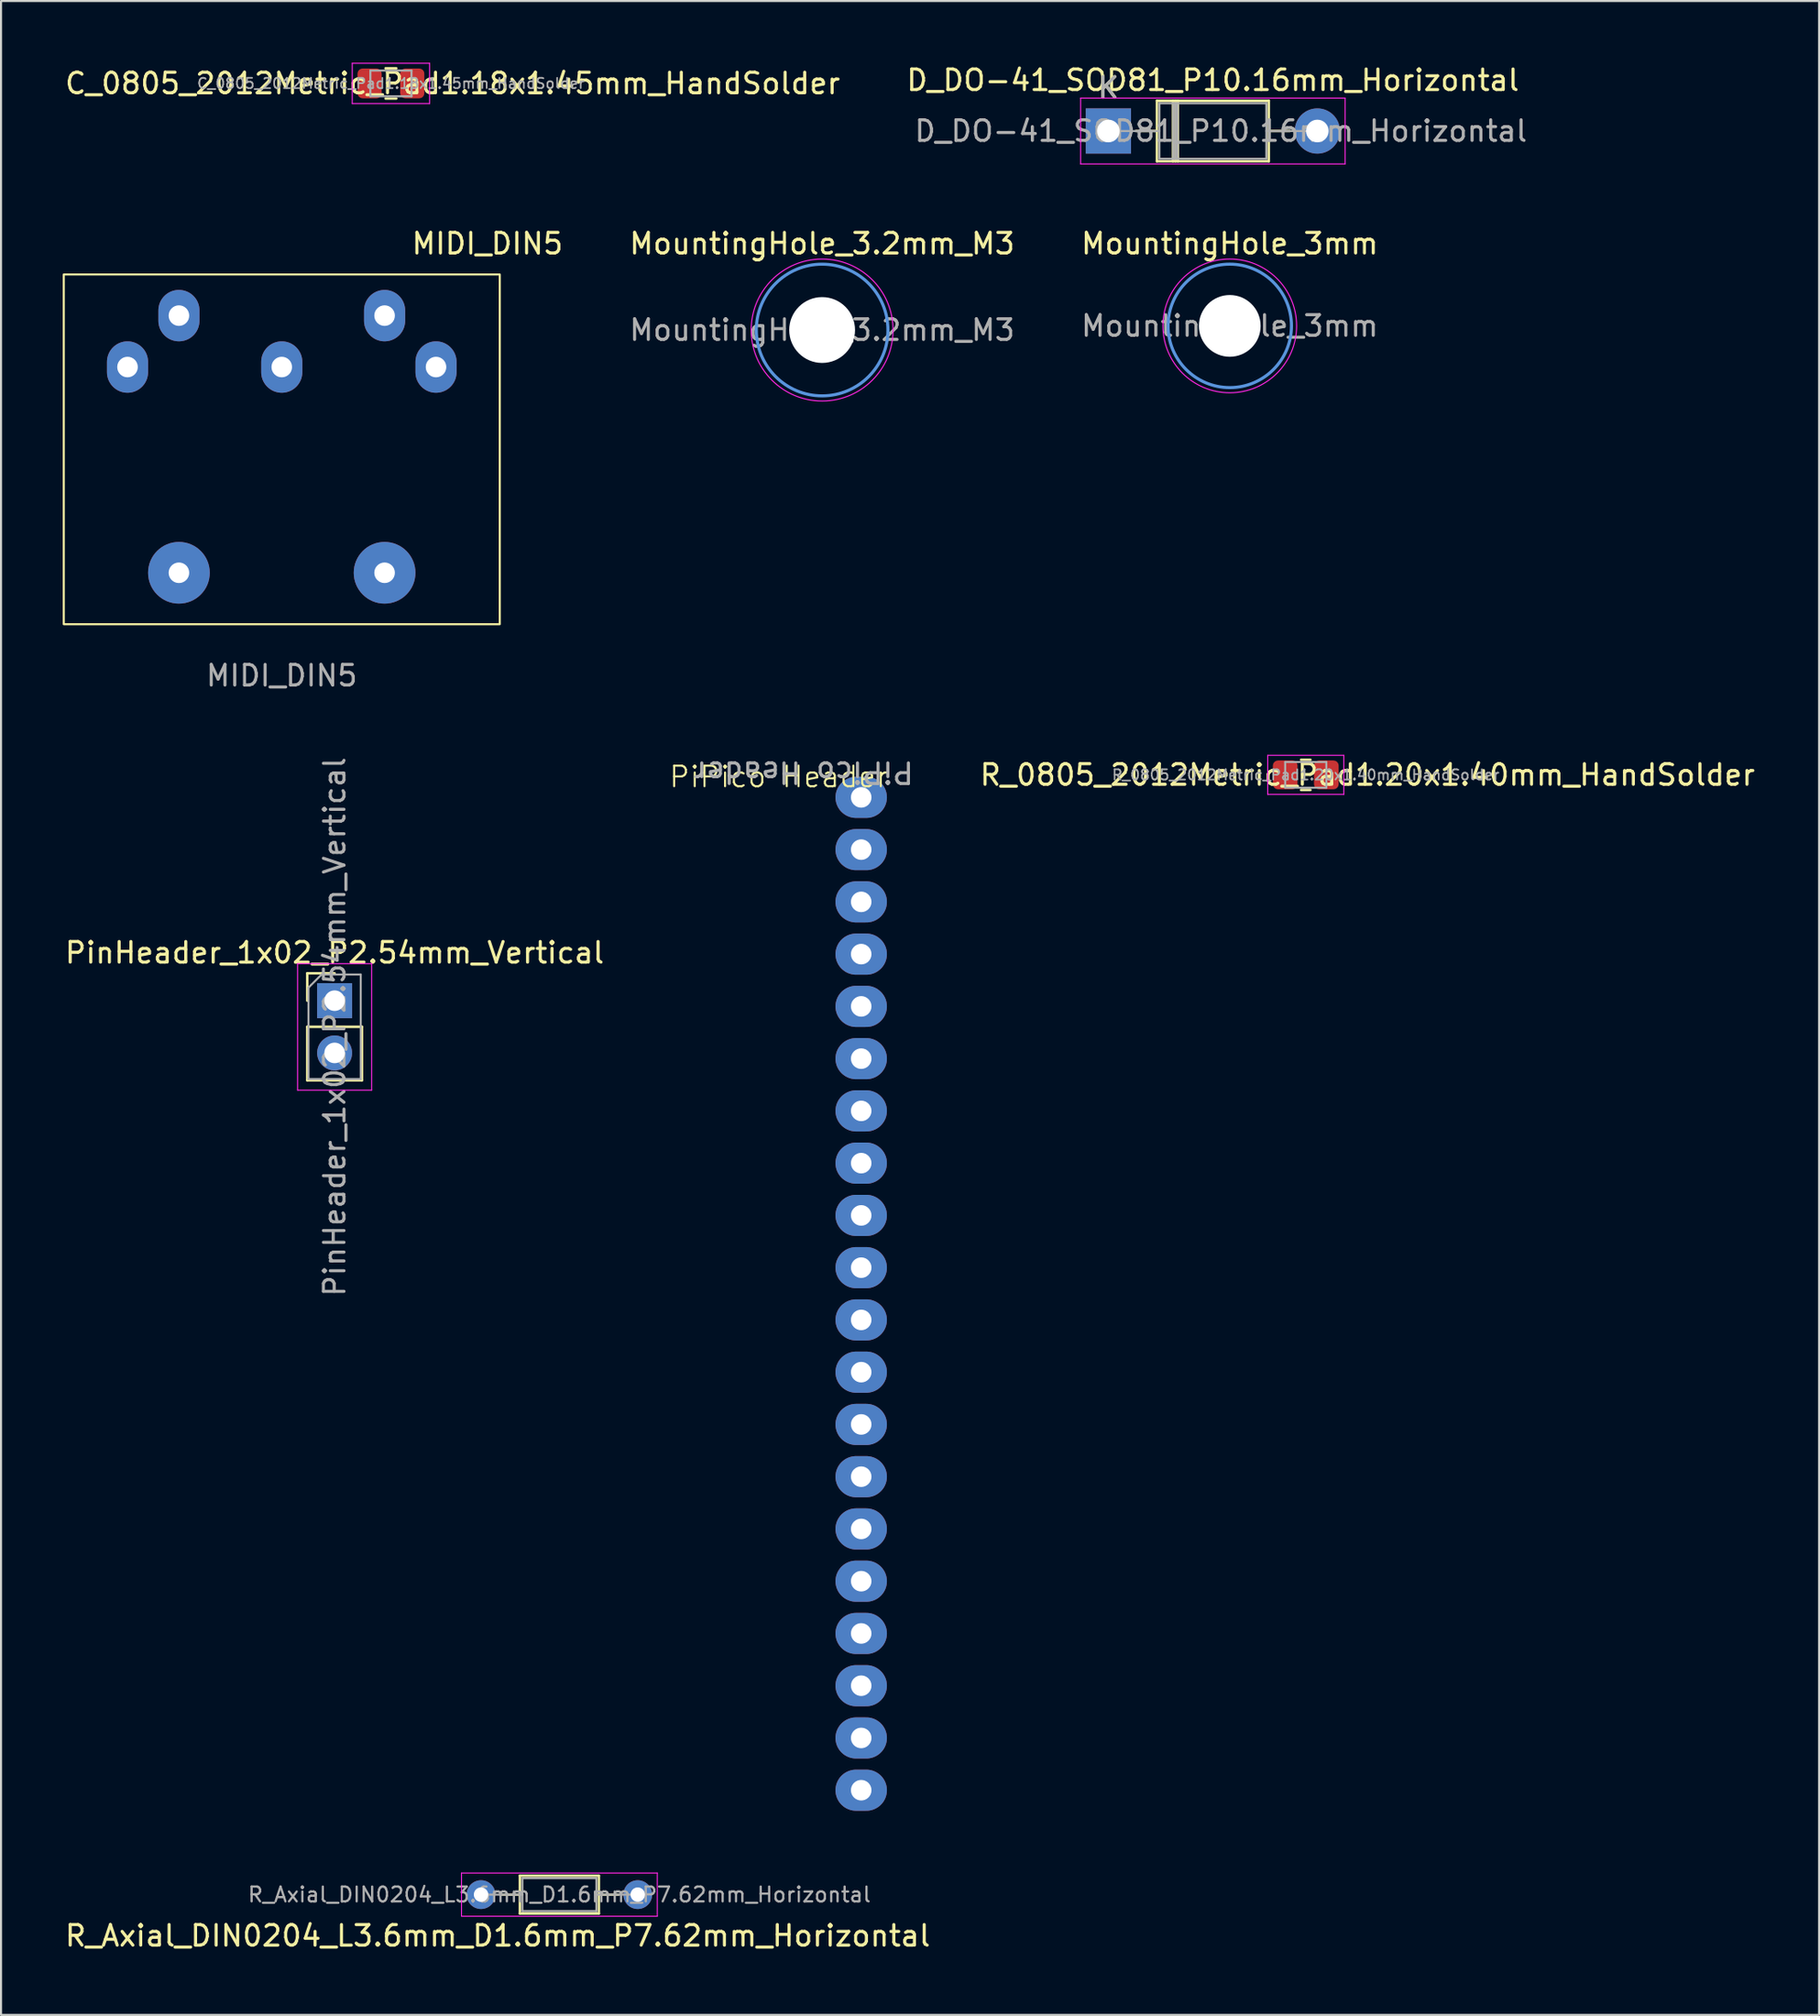
<source format=kicad_pcb>
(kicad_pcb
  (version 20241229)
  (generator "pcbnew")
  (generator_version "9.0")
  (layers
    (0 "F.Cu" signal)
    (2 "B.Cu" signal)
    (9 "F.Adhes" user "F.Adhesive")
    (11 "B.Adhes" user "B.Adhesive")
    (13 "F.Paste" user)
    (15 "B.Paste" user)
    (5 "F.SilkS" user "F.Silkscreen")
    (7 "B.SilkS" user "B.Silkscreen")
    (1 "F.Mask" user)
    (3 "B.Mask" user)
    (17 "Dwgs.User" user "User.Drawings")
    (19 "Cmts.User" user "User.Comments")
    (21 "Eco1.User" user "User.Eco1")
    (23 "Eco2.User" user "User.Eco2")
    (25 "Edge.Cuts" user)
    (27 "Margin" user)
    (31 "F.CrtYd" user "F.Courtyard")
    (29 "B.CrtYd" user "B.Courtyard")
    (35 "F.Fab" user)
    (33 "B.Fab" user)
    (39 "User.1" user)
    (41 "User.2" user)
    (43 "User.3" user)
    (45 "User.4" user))
  (footprint "PiPico Header"
    (layer "F.Cu")
    (at 38.824 35.708)
    (property "Reference" "PiPico Header" (at -4 -1 0) (unlocked yes) (layer "F.SilkS") (effects (font (size 1 1) (thickness 0.1))))
    (attr smd)
    (fp_text user "${REFERENCE}" (at -2.8 -1.22 180) (unlocked yes) (layer "F.Fab") (effects (font (size 1 1) (thickness 0.15))))
    (pad "1" thru_hole oval (at 0 0) (size 2.5 2) (drill 1) (layers "*.Cu" "*.Mask"))
    (pad "2" thru_hole oval (at 0 2.54) (size 2.5 2) (drill 1) (layers "*.Cu" "*.Mask"))
    (pad "3" thru_hole oval (at 0 5.08) (size 2.5 2) (drill 1) (layers "*.Cu" "*.Mask"))
    (pad "4" thru_hole oval (at 0 7.62) (size 2.5 2) (drill 1) (layers "*.Cu" "*.Mask"))
    (pad "5" thru_hole oval (at 0 10.16) (size 2.5 2) (drill 1) (layers "*.Cu" "*.Mask"))
    (pad "6" thru_hole oval (at 0 12.7) (size 2.5 2) (drill 1) (layers "*.Cu" "*.Mask"))
    (pad "7" thru_hole oval (at 0 15.24) (size 2.5 2) (drill 1) (layers "*.Cu" "*.Mask"))
    (pad "8" thru_hole oval (at 0 17.78) (size 2.5 2) (drill 1) (layers "*.Cu" "*.Mask"))
    (pad "9" thru_hole oval (at 0 20.32) (size 2.5 2) (drill 1) (layers "*.Cu" "*.Mask"))
    (pad "10" thru_hole oval (at 0 22.86) (size 2.5 2) (drill 1) (layers "*.Cu" "*.Mask"))
    (pad "11" thru_hole oval (at 0 25.4) (size 2.5 2) (drill 1) (layers "*.Cu" "*.Mask"))
    (pad "12" thru_hole oval (at 0 27.94) (size 2.5 2) (drill 1) (layers "*.Cu" "*.Mask"))
    (pad "13" thru_hole oval (at 0 30.48) (size 2.5 2) (drill 1) (layers "*.Cu" "*.Mask"))
    (pad "14" thru_hole oval (at 0 33.02) (size 2.5 2) (drill 1) (layers "*.Cu" "*.Mask"))
    (pad "15" thru_hole oval (at 0 35.56) (size 2.5 2) (drill 1) (layers "*.Cu" "*.Mask"))
    (pad "16" thru_hole oval (at 0 38.1) (size 2.5 2) (drill 1) (layers "*.Cu" "*.Mask"))
    (pad "17" thru_hole oval (at 0 40.64) (size 2.5 2) (drill 1) (layers "*.Cu" "*.Mask"))
    (pad "18" thru_hole oval (at 0 43.18) (size 2.5 2) (drill 1) (layers "*.Cu" "*.Mask"))
    (pad "19" thru_hole oval (at 0 45.72) (size 2.5 2) (drill 1) (layers "*.Cu" "*.Mask"))
    (pad "20" thru_hole oval (at 0 48.26) (size 2.5 2) (drill 1) (layers "*.Cu" "*.Mask")))
  (footprint "C_0805_2012Metric_Pad1.18x1.45mm_HandSolder"
    (layer "F.Cu")
    (at 15.958 1.005)
    (property "Reference" "C_0805_2012Metric_Pad1.18x1.45mm_HandSolder" (at 3 0 0) (layer "F.SilkS") (effects (font (size 1 1) (thickness 0.15))))
    (attr smd)
    (fp_line (start -0.261 -0.735) (end 0.261 -0.735) (stroke (width 0.12) (type solid)) (layer "F.SilkS"))
    (fp_line (start -0.261 0.735) (end 0.261 0.735) (stroke (width 0.12) (type solid)) (layer "F.SilkS"))
    (fp_line (start -1.88 -0.98) (end 1.88 -0.98) (stroke (width 0.05) (type solid)) (layer "F.CrtYd"))
    (fp_line (start -1.88 0.98) (end -1.88 -0.98) (stroke (width 0.05) (type solid)) (layer "F.CrtYd"))
    (fp_line (start 1.88 -0.98) (end 1.88 0.98) (stroke (width 0.05) (type solid)) (layer "F.CrtYd"))
    (fp_line (start 1.88 0.98) (end -1.88 0.98) (stroke (width 0.05) (type solid)) (layer "F.CrtYd"))
    (fp_line (start -1 -0.625) (end 1 -0.625) (stroke (width 0.1) (type solid)) (layer "F.Fab"))
    (fp_line (start -1 0.625) (end -1 -0.625) (stroke (width 0.1) (type solid)) (layer "F.Fab"))
    (fp_line (start 1 -0.625) (end 1 0.625) (stroke (width 0.1) (type solid)) (layer "F.Fab"))
    (fp_line (start 1 0.625) (end -1 0.625) (stroke (width 0.1) (type solid)) (layer "F.Fab"))
    (fp_text user "${REFERENCE}" (at 0 0 0) (layer "F.Fab") (effects (font (size 0.5 0.5) (thickness 0.08))))
    (pad "1" smd roundrect (at -1.038 0) (size 1.175 1.45) (layers "F.Cu" "F.Mask" "F.Paste") (roundrect_rratio 0.213))
    (pad "2" smd roundrect (at 1.038 0) (size 1.175 1.45) (layers "F.Cu" "F.Mask" "F.Paste") (roundrect_rratio 0.213)))
  (footprint "PinHeader_1x02_P2.54mm_Vertical"
    (layer "F.Cu")
    (at 13.22 45.59)
    (property "Reference" "PinHeader_1x02_P2.54mm_Vertical" (at 0 -2.33 0) (layer "F.SilkS") (effects (font (size 1 1) (thickness 0.15))))
    (attr through_hole)
    (fp_line (start -1.33 -1.33) (end 0 -1.33) (stroke (width 0.12) (type solid)) (layer "F.SilkS"))
    (fp_line (start -1.33 0) (end -1.33 -1.33) (stroke (width 0.12) (type solid)) (layer "F.SilkS"))
    (fp_line (start -1.33 1.27) (end -1.33 3.87) (stroke (width 0.12) (type solid)) (layer "F.SilkS"))
    (fp_line (start -1.33 1.27) (end 1.33 1.27) (stroke (width 0.12) (type solid)) (layer "F.SilkS"))
    (fp_line (start -1.33 3.87) (end 1.33 3.87) (stroke (width 0.12) (type solid)) (layer "F.SilkS"))
    (fp_line (start 1.33 1.27) (end 1.33 3.87) (stroke (width 0.12) (type solid)) (layer "F.SilkS"))
    (fp_line (start -1.8 -1.8) (end -1.8 4.35) (stroke (width 0.05) (type solid)) (layer "F.CrtYd"))
    (fp_line (start -1.8 4.35) (end 1.8 4.35) (stroke (width 0.05) (type solid)) (layer "F.CrtYd"))
    (fp_line (start 1.8 -1.8) (end -1.8 -1.8) (stroke (width 0.05) (type solid)) (layer "F.CrtYd"))
    (fp_line (start 1.8 4.35) (end 1.8 -1.8) (stroke (width 0.05) (type solid)) (layer "F.CrtYd"))
    (fp_line (start -1.27 -0.635) (end -0.635 -1.27) (stroke (width 0.1) (type solid)) (layer "F.Fab"))
    (fp_line (start -1.27 3.81) (end -1.27 -0.635) (stroke (width 0.1) (type solid)) (layer "F.Fab"))
    (fp_line (start -0.635 -1.27) (end 1.27 -1.27) (stroke (width 0.1) (type solid)) (layer "F.Fab"))
    (fp_line (start 1.27 -1.27) (end 1.27 3.81) (stroke (width 0.1) (type solid)) (layer "F.Fab"))
    (fp_line (start 1.27 3.81) (end -1.27 3.81) (stroke (width 0.1) (type solid)) (layer "F.Fab"))
    (fp_text user "${REFERENCE}" (at 0 1.27 90) (layer "F.Fab") (effects (font (size 1 1) (thickness 0.15))))
    (pad "1" thru_hole rect (at 0 0 180) (size 1.7 1.7) (drill 1) (layers "*.Cu" "*.Mask"))
    (pad "2" thru_hole oval (at 0 2.54 180) (size 1.7 1.7) (drill 1) (layers "*.Cu" "*.Mask")))
  (footprint "MIDI_DIN5"
    (layer "F.Cu")
    (at 10.65 27.291)
    (property "Reference" "MIDI_DIN5" (at 10 -18.5 0) (unlocked yes) (layer "F.SilkS") (effects (font (size 1 1) (thickness 0.15))))
    (attr smd)
    (fp_rect (start -10.6 -17) (end 10.6 0) (stroke (width 0.1) (type solid)) (fill no) (layer "F.SilkS"))
    (fp_text user "${REFERENCE}" (at 0 2.5 0) (unlocked yes) (layer "F.Fab") (effects (font (size 1 1) (thickness 0.15))))
    (pad "" thru_hole circle (at -5 -2.5) (size 3 3) (drill 1) (property pad_prop_mechanical) (layers "*.Cu" "*.Mask"))
    (pad "" thru_hole circle (at 5 -2.5) (size 3 3) (drill 1) (property pad_prop_mechanical) (layers "*.Cu" "*.Mask"))
    (pad "1" thru_hole oval (at 7.5 -12.5) (size 2 2.5) (drill 1) (layers "*.Cu" "*.Mask"))
    (pad "2" thru_hole oval (at 0 -12.5) (size 2 2.5) (drill 1) (layers "*.Cu" "*.Mask"))
    (pad "3" thru_hole oval (at -7.5 -12.5) (size 2 2.5) (drill 1) (layers "*.Cu" "*.Mask"))
    (pad "4" thru_hole oval (at 5 -15) (size 2 2.5) (drill 1) (layers "*.Cu" "*.Mask"))
    (pad "5" thru_hole oval (at -5 -15) (size 2 2.5) (drill 1) (layers "*.Cu" "*.Mask")))
  (footprint "MountingHole_3mm"
    (layer "F.Cu")
    (at 56.745 12.791)
    (property "Reference" "MountingHole_3mm" (at 0 -4 0) (layer "F.SilkS") (effects (font (size 1 1) (thickness 0.15))))
    (attr exclude_from_pos_files exclude_from_bom)
    (fp_circle (center 0 0) (end 3 0) (stroke (width 0.15) (type solid)) (fill no) (layer "Cmts.User"))
    (fp_circle (center 0 0) (end 3.25 0) (stroke (width 0.05) (type solid)) (fill no) (layer "F.CrtYd"))
    (fp_text user "${REFERENCE}" (at 0 0 0) (layer "F.Fab") (effects (font (size 1 1) (thickness 0.15))))
    (pad "" np_thru_hole circle (at 0 0) (size 3 3) (drill 3) (layers "*.Cu" "*.Mask")))
  (footprint "MountingHole_3.2mm_M3"
    (layer "F.Cu")
    (at 36.924 12.992)
    (property "Reference" "MountingHole_3.2mm_M3" (at 0 -4.2 0) (layer "F.SilkS") (effects (font (size 1 1) (thickness 0.15))))
    (attr board_only exclude_from_pos_files exclude_from_bom)
    (fp_circle (center 0 0) (end 3.2 0) (stroke (width 0.15) (type solid)) (fill no) (layer "Cmts.User"))
    (fp_circle (center 0 0) (end 3.45 0) (stroke (width 0.05) (type solid)) (fill no) (layer "F.CrtYd"))
    (fp_text user "${REFERENCE}" (at 0 0 0) (layer "F.Fab") (effects (font (size 1 1) (thickness 0.15))))
    (pad "" np_thru_hole circle (at 0 0) (size 3.2 3.2) (drill 3.2) (layers "*.Cu" "*.Mask")))
  (footprint "R_0805_2012Metric_Pad1.20x1.40mm_HandSolder"
    (layer "F.Cu")
    (at 60.44 34.615)
    (property "Reference" "R_0805_2012Metric_Pad1.20x1.40mm_HandSolder" (at 3 0 180) (layer "F.SilkS") (effects (font (size 1 1) (thickness 0.15))))
    (attr smd)
    (fp_line (start -0.227 -0.735) (end 0.227 -0.735) (stroke (width 0.12) (type solid)) (layer "F.SilkS"))
    (fp_line (start -0.227 0.735) (end 0.227 0.735) (stroke (width 0.12) (type solid)) (layer "F.SilkS"))
    (fp_line (start -1.85 -0.95) (end 1.85 -0.95) (stroke (width 0.05) (type solid)) (layer "F.CrtYd"))
    (fp_line (start -1.85 0.95) (end -1.85 -0.95) (stroke (width 0.05) (type solid)) (layer "F.CrtYd"))
    (fp_line (start 1.85 -0.95) (end 1.85 0.95) (stroke (width 0.05) (type solid)) (layer "F.CrtYd"))
    (fp_line (start 1.85 0.95) (end -1.85 0.95) (stroke (width 0.05) (type solid)) (layer "F.CrtYd"))
    (fp_line (start -1 -0.625) (end 1 -0.625) (stroke (width 0.1) (type solid)) (layer "F.Fab"))
    (fp_line (start -1 0.625) (end -1 -0.625) (stroke (width 0.1) (type solid)) (layer "F.Fab"))
    (fp_line (start 1 -0.625) (end 1 0.625) (stroke (width 0.1) (type solid)) (layer "F.Fab"))
    (fp_line (start 1 0.625) (end -1 0.625) (stroke (width 0.1) (type solid)) (layer "F.Fab"))
    (fp_text user "${REFERENCE}" (at 0 0 180) (layer "F.Fab") (effects (font (size 0.5 0.5) (thickness 0.08))))
    (pad "1" smd roundrect (at -1 0) (size 1.2 1.4) (layers "F.Cu" "F.Mask" "F.Paste") (roundrect_rratio 0.208))
    (pad "2" smd roundrect (at 1 0) (size 1.2 1.4) (layers "F.Cu" "F.Mask" "F.Paste") (roundrect_rratio 0.208)))
  (footprint "R_Axial_DIN0204_L3.6mm_D1.6mm_P7.62mm_Horizontal"
    (layer "F.Cu")
    (at 20.339 89.043)
    (property "Reference" "R_Axial_DIN0204_L3.6mm_D1.6mm_P7.62mm_Horizontal" (at 0.81 2 0) (layer "F.SilkS") (effects (font (size 1 1) (thickness 0.15))))
    (attr through_hole)
    (fp_line (start 0.94 0) (end 1.89 0) (stroke (width 0.12) (type solid)) (layer "F.SilkS"))
    (fp_line (start 1.89 -0.92) (end 1.89 0.92) (stroke (width 0.12) (type solid)) (layer "F.SilkS"))
    (fp_line (start 1.89 0.92) (end 5.73 0.92) (stroke (width 0.12) (type solid)) (layer "F.SilkS"))
    (fp_line (start 5.73 -0.92) (end 1.89 -0.92) (stroke (width 0.12) (type solid)) (layer "F.SilkS"))
    (fp_line (start 5.73 0.92) (end 5.73 -0.92) (stroke (width 0.12) (type solid)) (layer "F.SilkS"))
    (fp_line (start 6.68 0) (end 5.73 0) (stroke (width 0.12) (type solid)) (layer "F.SilkS"))
    (fp_line (start -0.95 -1.05) (end -0.95 1.05) (stroke (width 0.05) (type solid)) (layer "F.CrtYd"))
    (fp_line (start -0.95 1.05) (end 8.57 1.05) (stroke (width 0.05) (type solid)) (layer "F.CrtYd"))
    (fp_line (start 8.57 -1.05) (end -0.95 -1.05) (stroke (width 0.05) (type solid)) (layer "F.CrtYd"))
    (fp_line (start 8.57 1.05) (end 8.57 -1.05) (stroke (width 0.05) (type solid)) (layer "F.CrtYd"))
    (fp_line (start 0 0) (end 2.01 0) (stroke (width 0.1) (type solid)) (layer "F.Fab"))
    (fp_line (start 2.01 -0.8) (end 2.01 0.8) (stroke (width 0.1) (type solid)) (layer "F.Fab"))
    (fp_line (start 2.01 0.8) (end 5.61 0.8) (stroke (width 0.1) (type solid)) (layer "F.Fab"))
    (fp_line (start 5.61 -0.8) (end 2.01 -0.8) (stroke (width 0.1) (type solid)) (layer "F.Fab"))
    (fp_line (start 5.61 0.8) (end 5.61 -0.8) (stroke (width 0.1) (type solid)) (layer "F.Fab"))
    (fp_line (start 7.62 0) (end 5.61 0) (stroke (width 0.1) (type solid)) (layer "F.Fab"))
    (fp_text user "${REFERENCE}" (at 3.81 0 0) (layer "F.Fab") (effects (font (size 0.72 0.72) (thickness 0.108))))
    (pad "1" thru_hole circle (at 0 0) (size 1.4 1.4) (drill 0.7) (layers "*.Cu" "*.Mask"))
    (pad "2" thru_hole oval (at 7.62 0) (size 1.4 1.4) (drill 0.7) (layers "*.Cu" "*.Mask")))
  (footprint "D_DO-41_SOD81_P10.16mm_Horizontal"
    (layer "F.Cu")
    (at 50.843 3.318)
    (property "Reference" "D_DO-41_SOD81_P10.16mm_Horizontal" (at 5.08 -2.47 0) (layer "F.SilkS") (effects (font (size 1 1) (thickness 0.15))))
    (attr through_hole)
    (fp_line (start 1.34 0) (end 2.36 0) (stroke (width 0.12) (type solid)) (layer "F.SilkS"))
    (fp_line (start 2.36 -1.47) (end 2.36 1.47) (stroke (width 0.12) (type solid)) (layer "F.SilkS"))
    (fp_line (start 2.36 1.47) (end 7.8 1.47) (stroke (width 0.12) (type solid)) (layer "F.SilkS"))
    (fp_line (start 3.14 -1.47) (end 3.14 1.47) (stroke (width 0.12) (type solid)) (layer "F.SilkS"))
    (fp_line (start 3.26 -1.47) (end 3.26 1.47) (stroke (width 0.12) (type solid)) (layer "F.SilkS"))
    (fp_line (start 3.38 -1.47) (end 3.38 1.47) (stroke (width 0.12) (type solid)) (layer "F.SilkS"))
    (fp_line (start 7.8 -1.47) (end 2.36 -1.47) (stroke (width 0.12) (type solid)) (layer "F.SilkS"))
    (fp_line (start 7.8 1.47) (end 7.8 -1.47) (stroke (width 0.12) (type solid)) (layer "F.SilkS"))
    (fp_line (start 8.82 0) (end 7.8 0) (stroke (width 0.12) (type solid)) (layer "F.SilkS"))
    (fp_line (start -1.35 -1.6) (end -1.35 1.6) (stroke (width 0.05) (type solid)) (layer "F.CrtYd"))
    (fp_line (start -1.35 1.6) (end 11.51 1.6) (stroke (width 0.05) (type solid)) (layer "F.CrtYd"))
    (fp_line (start 11.51 -1.6) (end -1.35 -1.6) (stroke (width 0.05) (type solid)) (layer "F.CrtYd"))
    (fp_line (start 11.51 1.6) (end 11.51 -1.6) (stroke (width 0.05) (type solid)) (layer "F.CrtYd"))
    (fp_line (start 0 0) (end 2.48 0) (stroke (width 0.1) (type solid)) (layer "F.Fab"))
    (fp_line (start 2.48 -1.35) (end 2.48 1.35) (stroke (width 0.1) (type solid)) (layer "F.Fab"))
    (fp_line (start 2.48 1.35) (end 7.68 1.35) (stroke (width 0.1) (type solid)) (layer "F.Fab"))
    (fp_line (start 3.16 -1.35) (end 3.16 1.35) (stroke (width 0.1) (type solid)) (layer "F.Fab"))
    (fp_line (start 3.26 -1.35) (end 3.26 1.35) (stroke (width 0.1) (type solid)) (layer "F.Fab"))
    (fp_line (start 3.36 -1.35) (end 3.36 1.35) (stroke (width 0.1) (type solid)) (layer "F.Fab"))
    (fp_line (start 7.68 -1.35) (end 2.48 -1.35) (stroke (width 0.1) (type solid)) (layer "F.Fab"))
    (fp_line (start 7.68 1.35) (end 7.68 -1.35) (stroke (width 0.1) (type solid)) (layer "F.Fab"))
    (fp_line (start 10.16 0) (end 7.68 0) (stroke (width 0.1) (type solid)) (layer "F.Fab"))
    (fp_text user "K" (at 0 -2.1 0) (layer "F.SilkS") (effects (font (size 1 1) (thickness 0.15))))
    (fp_text user "${REFERENCE}" (at 5.47 0 0) (layer "F.Fab") (effects (font (size 1 1) (thickness 0.15))))
    (fp_text user "K" (at 0 -2.1 0) (layer "F.Fab") (effects (font (size 1 1) (thickness 0.15))))
    (pad "1" thru_hole rect (at 0 0 180) (size 2.2 2.2) (drill 1.1) (layers "*.Cu" "*.Mask"))
    (pad "2" thru_hole oval (at 10.16 0 180) (size 2.2 2.2) (drill 1.1) (layers "*.Cu" "*.Mask")))
  (gr_rect
    (start -3 -3)
    (end 85.399 94.891)
    (stroke (width 0.1) (type default))
    (fill no)
    (layer "Edge.Cuts")))
</source>
